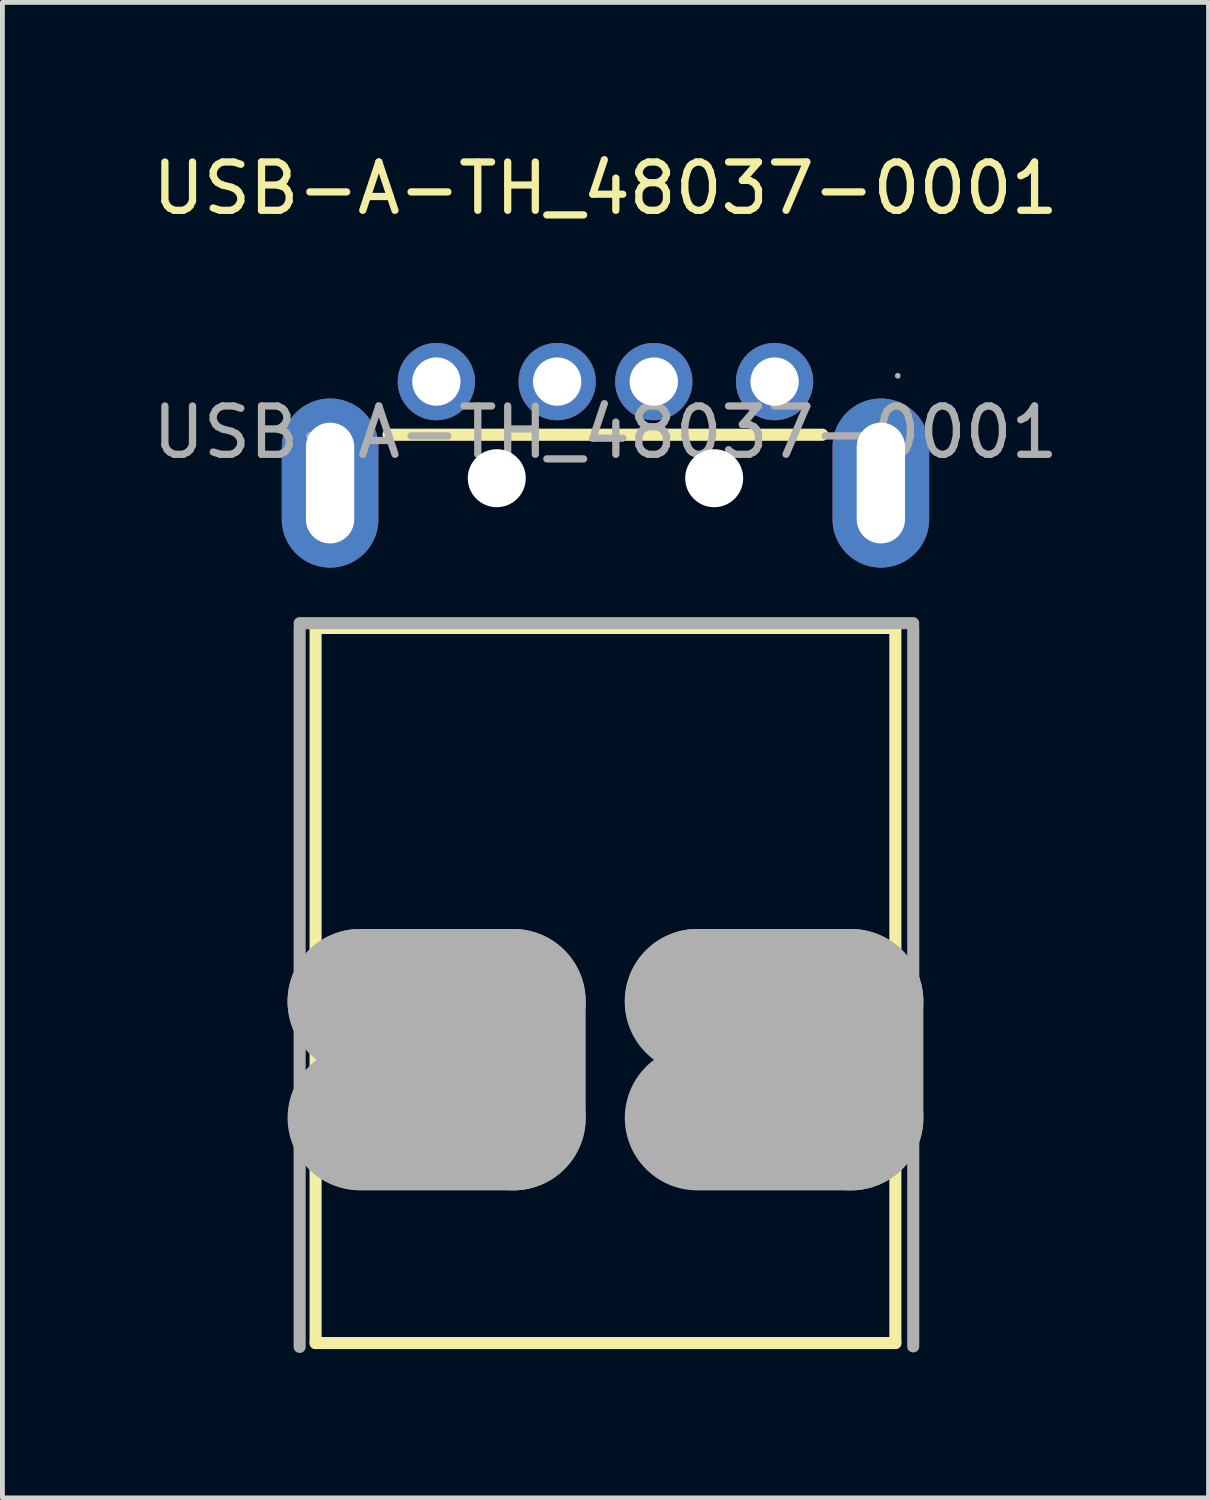
<source format=kicad_pcb>
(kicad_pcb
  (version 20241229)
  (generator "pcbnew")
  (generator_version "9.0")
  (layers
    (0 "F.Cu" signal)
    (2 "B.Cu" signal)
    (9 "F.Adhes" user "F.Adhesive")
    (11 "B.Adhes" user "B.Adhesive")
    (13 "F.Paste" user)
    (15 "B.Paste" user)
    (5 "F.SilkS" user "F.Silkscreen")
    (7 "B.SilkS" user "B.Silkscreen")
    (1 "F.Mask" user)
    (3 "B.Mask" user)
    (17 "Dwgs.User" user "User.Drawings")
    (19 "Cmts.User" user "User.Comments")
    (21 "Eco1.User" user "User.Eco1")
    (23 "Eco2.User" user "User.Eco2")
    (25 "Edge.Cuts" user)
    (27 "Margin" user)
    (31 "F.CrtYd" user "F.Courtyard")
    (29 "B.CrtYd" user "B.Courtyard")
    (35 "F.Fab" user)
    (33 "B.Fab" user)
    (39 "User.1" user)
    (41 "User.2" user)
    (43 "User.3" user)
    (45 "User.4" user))
  (footprint "USB-A-TH_48037-0001"
    (layer "F.Cu")
    (at 9.482 5.898)
    (property "Reference" "USB-A-TH_48037-0001" (at 0 -5.05 0) (layer "F.SilkS") (effects (font (size 1 1) (thickness 0.15))))
    (attr through_hole)
    (fp_line (start -6 4.05) (end 6 4.05) (stroke (width 0.25) (type solid)) (layer "F.SilkS"))
    (fp_line (start -6 18.85) (end -6 4.05) (stroke (width 0.25) (type solid)) (layer "F.SilkS"))
    (fp_line (start -6 18.85) (end 6 18.85) (stroke (width 0.25) (type solid)) (layer "F.SilkS"))
    (fp_line (start -4.49 0.05) (end 4.49 0.05) (stroke (width 0.25) (type solid)) (layer "F.SilkS"))
    (fp_line (start 6 18.85) (end 6 4.05) (stroke (width 0.25) (type solid)) (layer "F.SilkS"))
    (fp_circle (center -2.25 0.95) (end -2 0.95) (stroke (width 0.5) (type solid)) (fill no) (layer "Cmts.User"))
    (fp_circle (center 2.25 0.95) (end 2.5 0.95) (stroke (width 0.5) (type solid)) (fill no) (layer "Cmts.User"))
    (fp_line (start -6.33 3.95) (end 6.37 3.95) (stroke (width 0.25) (type solid)) (layer "F.Fab"))
    (fp_line (start -6.33 4.03) (end -6.33 18.93) (stroke (width 0.25) (type solid)) (layer "F.Fab"))
    (fp_line (start -5.08 11.78) (end -5.08 11.78) (stroke (width 3) (type solid)) (layer "F.Fab"))
    (fp_line (start -5.08 11.78) (end -1.91 11.78) (stroke (width 3) (type solid)) (layer "F.Fab"))
    (fp_line (start -1.91 11.78) (end -1.91 14.19) (stroke (width 3) (type solid)) (layer "F.Fab"))
    (fp_line (start -1.91 14.19) (end -5.08 14.19) (stroke (width 3) (type solid)) (layer "F.Fab"))
    (fp_line (start 1.9 11.78) (end 1.9 11.78) (stroke (width 3) (type solid)) (layer "F.Fab"))
    (fp_line (start 1.9 11.78) (end 5.08 11.78) (stroke (width 3) (type solid)) (layer "F.Fab"))
    (fp_line (start 5.08 11.78) (end 5.08 14.19) (stroke (width 3) (type solid)) (layer "F.Fab"))
    (fp_line (start 5.08 14.19) (end 1.9 14.19) (stroke (width 3) (type solid)) (layer "F.Fab"))
    (fp_line (start 6.37 4.03) (end 6.37 18.92) (stroke (width 0.25) (type solid)) (layer "F.Fab"))
    (fp_circle (center 6.05 -1.17) (end 6.08 -1.17) (stroke (width 0.06) (type solid)) (fill no) (layer "F.Fab"))
    (fp_text user "${REFERENCE}" (at 0 0 0) (layer "F.Fab") (effects (font (size 1 1) (thickness 0.15))))
    (pad "" np_thru_hole circle (at -2.25 0.95) (size 1.2 1.2) (drill 1.2) (layers "*.Cu" "*.Mask"))
    (pad "" np_thru_hole circle (at 2.25 0.95) (size 1.2 1.2) (drill 1.2) (layers "*.Cu" "*.Mask"))
    (pad "1" thru_hole circle (at 3.5 -1.05) (size 1.6 1.6) (drill 1) (layers "*.Cu" "*.Mask"))
    (pad "2" thru_hole circle (at 1 -1.05) (size 1.6 1.6) (drill 1) (layers "*.Cu" "*.Mask"))
    (pad "3" thru_hole circle (at -1 -1.05) (size 1.6 1.6) (drill 1) (layers "*.Cu" "*.Mask"))
    (pad "4" thru_hole circle (at -3.5 -1.05) (size 1.6 1.6) (drill 1) (layers "*.Cu" "*.Mask"))
    (pad "5" thru_hole oval (at -5.7 1.05) (size 2 3.5) (drill oval 1 2.5) (layers "*.Cu" "*.Mask"))
    (pad "6" thru_hole oval (at 5.7 1.05) (size 2 3.5) (drill oval 1 2.5) (layers "*.Cu" "*.Mask")))
  (gr_rect
    (start -3 -3)
    (end 21.964 27.953)
    (stroke (width 0.1) (type default))
    (fill no)
    (layer "Edge.Cuts")))
</source>
